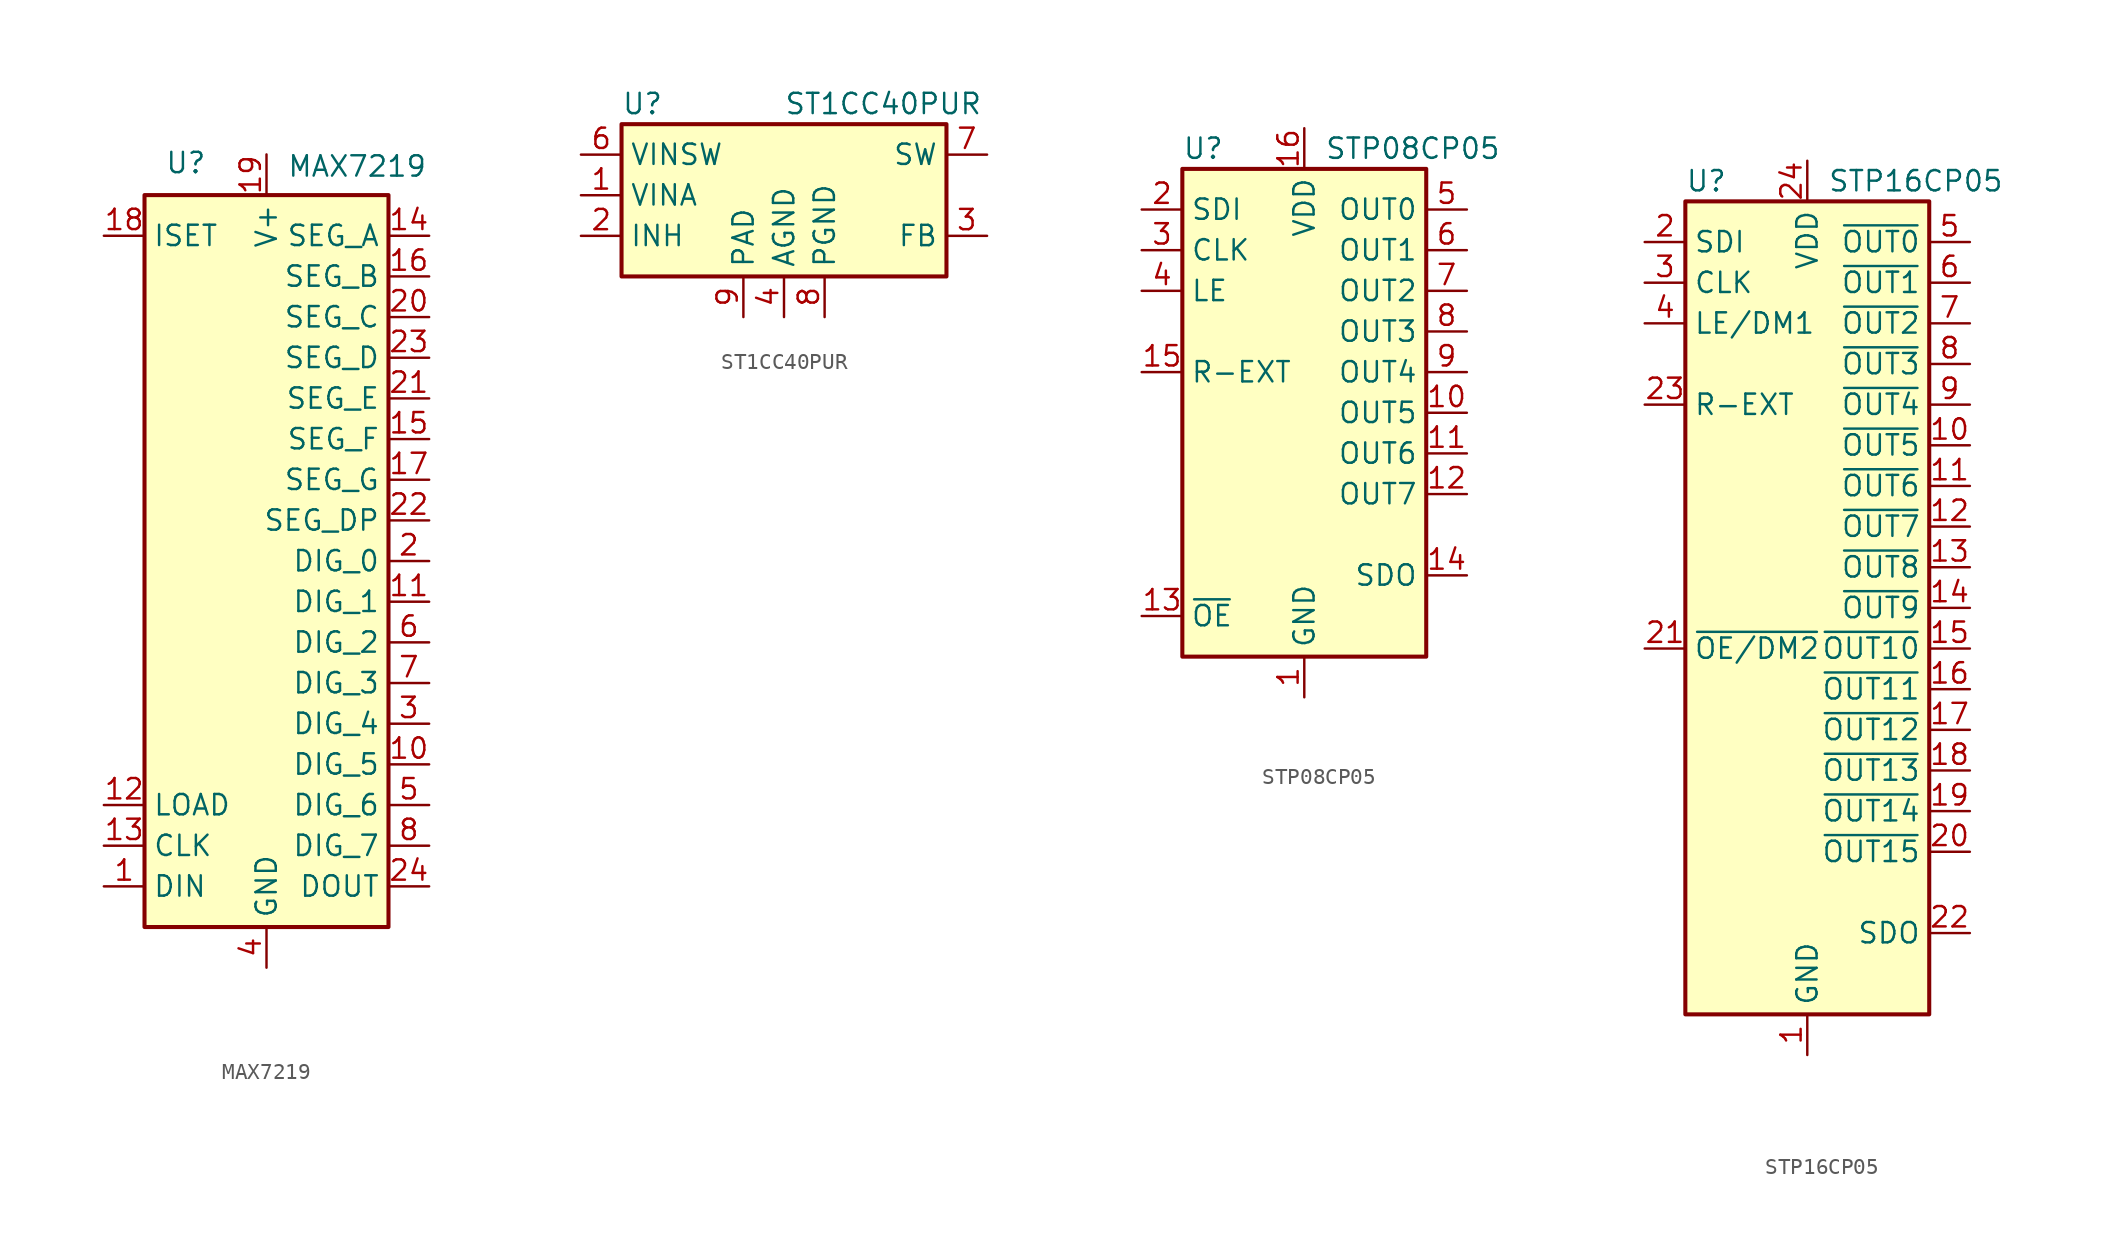
<source format=kicad_sym>
(kicad_symbol_lib
  (version 20200908)
  (generator kicad_symbol_editor)
  (symbol "Driver_LED:MAX7219"
    (property "Reference" "U"
      (at -6.35 24.13 0)
      (effects (font (size 1.27 1.27)) (justify left bottom)))
    (property "Value" "MAX7219"
      (at 1.27 25.4 0)
      (effects (font (size 1.27 1.27)) (justify left top)))
    (symbol "MAX7219_0_1"
      (rectangle (start -7.62 22.86) (end 7.62 -22.86) (stroke (width 0.254)) (fill (type background))))
    (symbol "MAX7219_1_1"
      (pin input line (at -10.16 -20.32 0) (length 2.54) (name "DIN" (effects (font (size 1.27 1.27)))) (number "1" (effects (font (size 1.27 1.27)))))
      (pin output line (at 10.16 -12.7 180) (length 2.54) (name "DIG_5" (effects (font (size 1.27 1.27)))) (number "10" (effects (font (size 1.27 1.27)))))
      (pin output line (at 10.16 -2.54 180) (length 2.54) (name "DIG_1" (effects (font (size 1.27 1.27)))) (number "11" (effects (font (size 1.27 1.27)))))
      (pin input line (at -10.16 -15.24 0) (length 2.54) (name "LOAD" (effects (font (size 1.27 1.27)))) (number "12" (effects (font (size 1.27 1.27)))))
      (pin input line (at -10.16 -17.78 0) (length 2.54) (name "CLK" (effects (font (size 1.27 1.27)))) (number "13" (effects (font (size 1.27 1.27)))))
      (pin output line (at 10.16 20.32 180) (length 2.54) (name "SEG_A" (effects (font (size 1.27 1.27)))) (number "14" (effects (font (size 1.27 1.27)))))
      (pin output line (at 10.16 7.62 180) (length 2.54) (name "SEG_F" (effects (font (size 1.27 1.27)))) (number "15" (effects (font (size 1.27 1.27)))))
      (pin output line (at 10.16 17.78 180) (length 2.54) (name "SEG_B" (effects (font (size 1.27 1.27)))) (number "16" (effects (font (size 1.27 1.27)))))
      (pin output line (at 10.16 5.08 180) (length 2.54) (name "SEG_G" (effects (font (size 1.27 1.27)))) (number "17" (effects (font (size 1.27 1.27)))))
      (pin input line (at -10.16 20.32 0) (length 2.54) (name "ISET" (effects (font (size 1.27 1.27)))) (number "18" (effects (font (size 1.27 1.27)))))
      (pin power_in line (at 0 25.4 270) (length 2.54) (name "V+" (effects (font (size 1.27 1.27)))) (number "19" (effects (font (size 1.27 1.27)))))
      (pin output line (at 10.16 0 180) (length 2.54) (name "DIG_0" (effects (font (size 1.27 1.27)))) (number "2" (effects (font (size 1.27 1.27)))))
      (pin output line (at 10.16 15.24 180) (length 2.54) (name "SEG_C" (effects (font (size 1.27 1.27)))) (number "20" (effects (font (size 1.27 1.27)))))
      (pin output line (at 10.16 10.16 180) (length 2.54) (name "SEG_E" (effects (font (size 1.27 1.27)))) (number "21" (effects (font (size 1.27 1.27)))))
      (pin output line (at 10.16 2.54 180) (length 2.54) (name "SEG_DP" (effects (font (size 1.27 1.27)))) (number "22" (effects (font (size 1.27 1.27)))))
      (pin output line (at 10.16 12.7 180) (length 2.54) (name "SEG_D" (effects (font (size 1.27 1.27)))) (number "23" (effects (font (size 1.27 1.27)))))
      (pin output line (at 10.16 -20.32 180) (length 2.54) (name "DOUT" (effects (font (size 1.27 1.27)))) (number "24" (effects (font (size 1.27 1.27)))))
      (pin output line (at 10.16 -10.16 180) (length 2.54) (name "DIG_4" (effects (font (size 1.27 1.27)))) (number "3" (effects (font (size 1.27 1.27)))))
      (pin power_in line (at 0 -25.4 90) (length 2.54) (name "GND" (effects (font (size 1.27 1.27)))) (number "4" (effects (font (size 1.27 1.27)))))
      (pin output line (at 10.16 -15.24 180) (length 2.54) (name "DIG_6" (effects (font (size 1.27 1.27)))) (number "5" (effects (font (size 1.27 1.27)))))
      (pin output line (at 10.16 -5.08 180) (length 2.54) (name "DIG_2" (effects (font (size 1.27 1.27)))) (number "6" (effects (font (size 1.27 1.27)))))
      (pin output line (at 10.16 -7.62 180) (length 2.54) (name "DIG_3" (effects (font (size 1.27 1.27)))) (number "7" (effects (font (size 1.27 1.27)))))
      (pin output line (at 10.16 -17.78 180) (length 2.54) (name "DIG_7" (effects (font (size 1.27 1.27)))) (number "8" (effects (font (size 1.27 1.27)))))
      (pin passive line (at 0 -25.4 90) (length 2.54) hide (name "GND" (effects (font (size 1.27 1.27)))) (number "9" (effects (font (size 1.27 1.27)))))))
  (symbol "Driver_LED:ST1CC40PUR"
    (property "Reference" "U"
      (at -10.16 5.715 0)
      (effects (font (size 1.27 1.27)) (justify left)))
    (property "Value" "ST1CC40PUR"
      (at 0 5.715 0)
      (effects (font (size 1.27 1.27)) (justify left)))
    (symbol "ST1CC40PUR_0_1"
      (rectangle (start 10.16 4.445) (end -10.16 -5.08) (stroke (width 0.254)) (fill (type background))))
    (symbol "ST1CC40PUR_1_1"
      (pin power_in line (at -12.7 0 0) (length 2.54) (name "VINA" (effects (font (size 1.27 1.27)))) (number "1" (effects (font (size 1.27 1.27)))))
      (pin input line (at -12.7 -2.54 0) (length 2.54) (name "INH" (effects (font (size 1.27 1.27)))) (number "2" (effects (font (size 1.27 1.27)))))
      (pin input line (at 12.7 -2.54 180) (length 2.54) (name "FB" (effects (font (size 1.27 1.27)))) (number "3" (effects (font (size 1.27 1.27)))))
      (pin power_in line (at 0 -7.62 90) (length 2.54) (name "AGND" (effects (font (size 1.27 1.27)))) (number "4" (effects (font (size 1.27 1.27)))))
      (pin unconnected line (at -5.08 -5.08 90) (length 2.54) hide (name "NC" (effects (font (size 1.27 1.27)))) (number "5" (effects (font (size 1.27 1.27)))))
      (pin power_in line (at -12.7 2.54 0) (length 2.54) (name "VINSW" (effects (font (size 1.27 1.27)))) (number "6" (effects (font (size 1.27 1.27)))))
      (pin output line (at 12.7 2.54 180) (length 2.54) (name "SW" (effects (font (size 1.27 1.27)))) (number "7" (effects (font (size 1.27 1.27)))))
      (pin power_out line (at 2.54 -7.62 90) (length 2.54) (name "PGND" (effects (font (size 1.27 1.27)))) (number "8" (effects (font (size 1.27 1.27)))))
      (pin passive line (at -2.54 -7.62 90) (length 2.54) (name "PAD" (effects (font (size 1.27 1.27)))) (number "9" (effects (font (size 1.27 1.27)))))))
  (symbol "Driver_LED:STP08CP05"
    (property "Reference" "U"
      (at -7.62 16.51 0)
      (effects (font (size 1.27 1.27)) (justify left)))
    (property "Value" "STP08CP05"
      (at 1.27 16.51 0)
      (effects (font (size 1.27 1.27)) (justify left)))
    (symbol "STP08CP05_0_1"
      (rectangle (start -7.62 15.24) (end 7.62 -15.24) (stroke (width 0.254)) (fill (type background))))
    (symbol "STP08CP05_1_1"
      (pin power_in line (at 0 -17.78 90) (length 2.54) (name "GND" (effects (font (size 1.27 1.27)))) (number "1" (effects (font (size 1.27 1.27)))))
      (pin output line (at 10.16 0 180) (length 2.54) (name "OUT5" (effects (font (size 1.27 1.27)))) (number "10" (effects (font (size 1.27 1.27)))))
      (pin output line (at 10.16 -2.54 180) (length 2.54) (name "OUT6" (effects (font (size 1.27 1.27)))) (number "11" (effects (font (size 1.27 1.27)))))
      (pin output line (at 10.16 -5.08 180) (length 2.54) (name "OUT7" (effects (font (size 1.27 1.27)))) (number "12" (effects (font (size 1.27 1.27)))))
      (pin input line (at -10.16 -12.7 0) (length 2.54) (name "~OE" (effects (font (size 1.27 1.27)))) (number "13" (effects (font (size 1.27 1.27)))))
      (pin output line (at 10.16 -10.16 180) (length 2.54) (name "SDO" (effects (font (size 1.27 1.27)))) (number "14" (effects (font (size 1.27 1.27)))))
      (pin passive line (at -10.16 2.54 0) (length 2.54) (name "R-EXT" (effects (font (size 1.27 1.27)))) (number "15" (effects (font (size 1.27 1.27)))))
      (pin power_in line (at 0 17.78 270) (length 2.54) (name "VDD" (effects (font (size 1.27 1.27)))) (number "16" (effects (font (size 1.27 1.27)))))
      (pin input line (at -10.16 12.7 0) (length 2.54) (name "SDI" (effects (font (size 1.27 1.27)))) (number "2" (effects (font (size 1.27 1.27)))))
      (pin input line (at -10.16 10.16 0) (length 2.54) (name "CLK" (effects (font (size 1.27 1.27)))) (number "3" (effects (font (size 1.27 1.27)))))
      (pin input line (at -10.16 7.62 0) (length 2.54) (name "LE" (effects (font (size 1.27 1.27)))) (number "4" (effects (font (size 1.27 1.27)))))
      (pin output line (at 10.16 12.7 180) (length 2.54) (name "OUT0" (effects (font (size 1.27 1.27)))) (number "5" (effects (font (size 1.27 1.27)))))
      (pin output line (at 10.16 10.16 180) (length 2.54) (name "OUT1" (effects (font (size 1.27 1.27)))) (number "6" (effects (font (size 1.27 1.27)))))
      (pin output line (at 10.16 7.62 180) (length 2.54) (name "OUT2" (effects (font (size 1.27 1.27)))) (number "7" (effects (font (size 1.27 1.27)))))
      (pin output line (at 10.16 5.08 180) (length 2.54) (name "OUT3" (effects (font (size 1.27 1.27)))) (number "8" (effects (font (size 1.27 1.27)))))
      (pin output line (at 10.16 2.54 180) (length 2.54) (name "OUT4" (effects (font (size 1.27 1.27)))) (number "9" (effects (font (size 1.27 1.27)))))))
  (symbol "Driver_LED:STP16CP05"
    (property "Reference" "U"
      (at -7.62 26.67 0)
      (effects (font (size 1.27 1.27)) (justify left)))
    (property "Value" "STP16CP05"
      (at 1.27 26.67 0)
      (effects (font (size 1.27 1.27)) (justify left)))
    (symbol "STP16CP05_0_1"
      (rectangle (start -7.62 25.4) (end 7.62 -25.4) (stroke (width 0.254)) (fill (type background))))
    (symbol "STP16CP05_1_1"
      (pin power_in line (at 0 -27.94 90) (length 2.54) (name "GND" (effects (font (size 1.27 1.27)))) (number "1" (effects (font (size 1.27 1.27)))))
      (pin output line (at 10.16 10.16 180) (length 2.54) (name "~OUT5" (effects (font (size 1.27 1.27)))) (number "10" (effects (font (size 1.27 1.27)))))
      (pin output line (at 10.16 7.62 180) (length 2.54) (name "~OUT6" (effects (font (size 1.27 1.27)))) (number "11" (effects (font (size 1.27 1.27)))))
      (pin output line (at 10.16 5.08 180) (length 2.54) (name "~OUT7" (effects (font (size 1.27 1.27)))) (number "12" (effects (font (size 1.27 1.27)))))
      (pin output line (at 10.16 2.54 180) (length 2.54) (name "~OUT8" (effects (font (size 1.27 1.27)))) (number "13" (effects (font (size 1.27 1.27)))))
      (pin output line (at 10.16 0 180) (length 2.54) (name "~OUT9" (effects (font (size 1.27 1.27)))) (number "14" (effects (font (size 1.27 1.27)))))
      (pin output line (at 10.16 -2.54 180) (length 2.54) (name "~OUT10" (effects (font (size 1.27 1.27)))) (number "15" (effects (font (size 1.27 1.27)))))
      (pin output line (at 10.16 -5.08 180) (length 2.54) (name "~OUT11" (effects (font (size 1.27 1.27)))) (number "16" (effects (font (size 1.27 1.27)))))
      (pin output line (at 10.16 -7.62 180) (length 2.54) (name "~OUT12" (effects (font (size 1.27 1.27)))) (number "17" (effects (font (size 1.27 1.27)))))
      (pin output line (at 10.16 -10.16 180) (length 2.54) (name "~OUT13" (effects (font (size 1.27 1.27)))) (number "18" (effects (font (size 1.27 1.27)))))
      (pin output line (at 10.16 -12.7 180) (length 2.54) (name "~OUT14" (effects (font (size 1.27 1.27)))) (number "19" (effects (font (size 1.27 1.27)))))
      (pin input line (at -10.16 22.86 0) (length 2.54) (name "SDI" (effects (font (size 1.27 1.27)))) (number "2" (effects (font (size 1.27 1.27)))))
      (pin output line (at 10.16 -15.24 180) (length 2.54) (name "~OUT15" (effects (font (size 1.27 1.27)))) (number "20" (effects (font (size 1.27 1.27)))))
      (pin input line (at -10.16 -2.54 0) (length 2.54) (name "~OE/DM2" (effects (font (size 1.27 1.27)))) (number "21" (effects (font (size 1.27 1.27)))))
      (pin output line (at 10.16 -20.32 180) (length 2.54) (name "SDO" (effects (font (size 1.27 1.27)))) (number "22" (effects (font (size 1.27 1.27)))))
      (pin passive line (at -10.16 12.7 0) (length 2.54) (name "R-EXT" (effects (font (size 1.27 1.27)))) (number "23" (effects (font (size 1.27 1.27)))))
      (pin power_in line (at 0 27.94 270) (length 2.54) (name "VDD" (effects (font (size 1.27 1.27)))) (number "24" (effects (font (size 1.27 1.27)))))
      (pin input line (at -10.16 20.32 0) (length 2.54) (name "CLK" (effects (font (size 1.27 1.27)))) (number "3" (effects (font (size 1.27 1.27)))))
      (pin input line (at -10.16 17.78 0) (length 2.54) (name "LE/DM1" (effects (font (size 1.27 1.27)))) (number "4" (effects (font (size 1.27 1.27)))))
      (pin output line (at 10.16 22.86 180) (length 2.54) (name "~OUT0" (effects (font (size 1.27 1.27)))) (number "5" (effects (font (size 1.27 1.27)))))
      (pin output line (at 10.16 20.32 180) (length 2.54) (name "~OUT1" (effects (font (size 1.27 1.27)))) (number "6" (effects (font (size 1.27 1.27)))))
      (pin output line (at 10.16 17.78 180) (length 2.54) (name "~OUT2" (effects (font (size 1.27 1.27)))) (number "7" (effects (font (size 1.27 1.27)))))
      (pin output line (at 10.16 15.24 180) (length 2.54) (name "~OUT3" (effects (font (size 1.27 1.27)))) (number "8" (effects (font (size 1.27 1.27)))))
      (pin output line (at 10.16 12.7 180) (length 2.54) (name "~OUT4" (effects (font (size 1.27 1.27)))) (number "9" (effects (font (size 1.27 1.27))))))))
</source>
